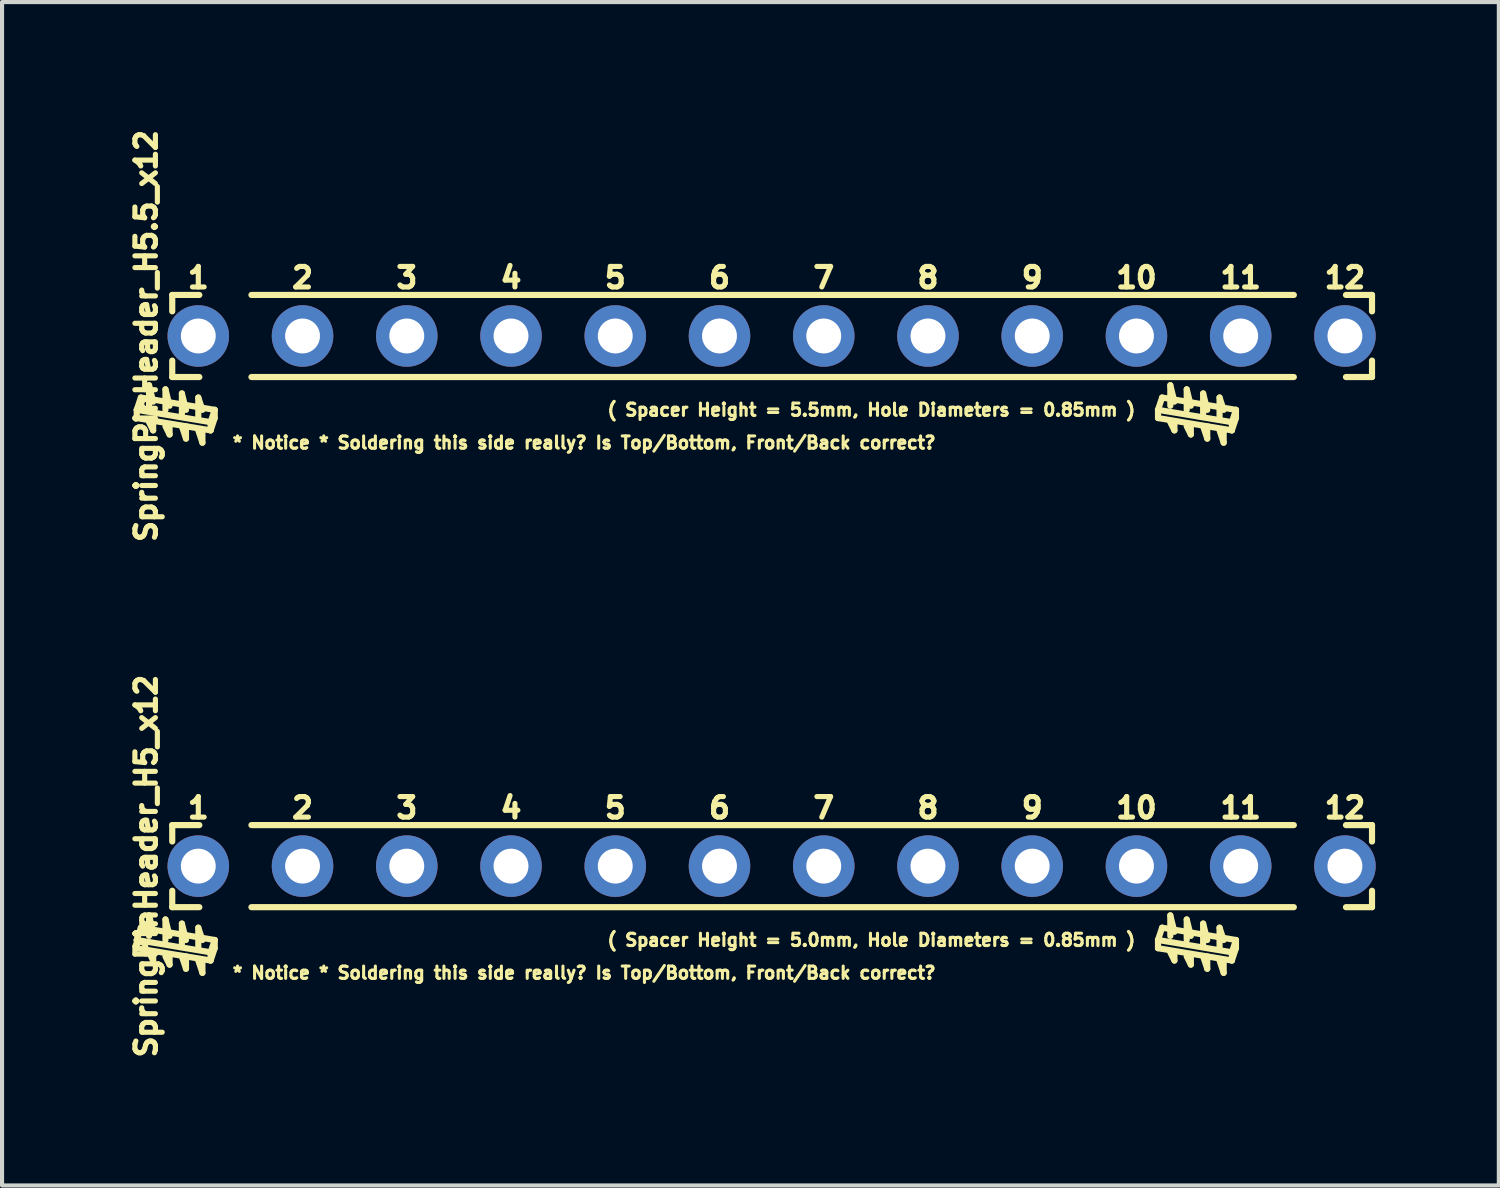
<source format=kicad_pcb>
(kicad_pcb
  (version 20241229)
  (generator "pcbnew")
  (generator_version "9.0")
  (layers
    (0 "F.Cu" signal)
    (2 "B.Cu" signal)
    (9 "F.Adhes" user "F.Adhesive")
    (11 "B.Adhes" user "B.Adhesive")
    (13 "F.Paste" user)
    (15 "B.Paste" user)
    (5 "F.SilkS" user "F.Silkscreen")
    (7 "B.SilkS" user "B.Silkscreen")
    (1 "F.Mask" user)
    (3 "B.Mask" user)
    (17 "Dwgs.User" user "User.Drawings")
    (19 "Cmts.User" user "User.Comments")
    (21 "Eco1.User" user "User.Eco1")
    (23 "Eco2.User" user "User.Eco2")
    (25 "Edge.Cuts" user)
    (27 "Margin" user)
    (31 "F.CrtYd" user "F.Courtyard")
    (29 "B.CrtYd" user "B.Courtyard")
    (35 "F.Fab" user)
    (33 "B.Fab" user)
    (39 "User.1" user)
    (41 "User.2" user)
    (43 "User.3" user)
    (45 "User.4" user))
  (footprint "SpringPinHeader_H5.5_x12"
    (layer "F.Cu")
    (at 1.782 5.137)
    (property "Reference" "SpringPinHeader_H5.5_x12" (at -1.27 0 90) (layer "F.SilkS") (effects (font (size 0.5 0.5) (thickness 0.125))))
    (attr through_hole)
    (fp_line (start -1.5 1.8) (end -1.5 2) (stroke (width 0.15) (type solid)) (layer "F.SilkS"))
    (fp_line (start -1.5 1.8) (end 0.3 2.1) (stroke (width 0.15) (type solid)) (layer "F.SilkS"))
    (fp_line (start -1.5 2) (end 0.3 2.3) (stroke (width 0.15) (type solid)) (layer "F.SilkS"))
    (fp_line (start -1.4 1.5) (end -1.5 1.8) (stroke (width 0.15) (type solid)) (layer "F.SilkS"))
    (fp_line (start -1.2 1.2) (end -1.1 1.6) (stroke (width 0.15) (type solid)) (layer "F.SilkS"))
    (fp_line (start -1.2 1.7) (end -1.2 1.2) (stroke (width 0.15) (type solid)) (layer "F.SilkS"))
    (fp_line (start -1.2 2.1) (end -1.1 2.3) (stroke (width 0.15) (type solid)) (layer "F.SilkS"))
    (fp_line (start -1.1 2.3) (end -1.1 2.1) (stroke (width 0.15) (type solid)) (layer "F.SilkS"))
    (fp_line (start -0.8 1.3) (end -0.7 1.7) (stroke (width 0.15) (type solid)) (layer "F.SilkS"))
    (fp_line (start -0.8 1.8) (end -0.8 1.3) (stroke (width 0.15) (type solid)) (layer "F.SilkS"))
    (fp_line (start -0.8 2.2) (end -0.7 2.4) (stroke (width 0.15) (type solid)) (layer "F.SilkS"))
    (fp_line (start -0.7 2.4) (end -0.7 2.2) (stroke (width 0.15) (type solid)) (layer "F.SilkS"))
    (fp_line (start -0.635 -1) (end -0.635 -0.6) (stroke (width 0.15) (type solid)) (layer "F.SilkS"))
    (fp_line (start -0.635 -1) (end 0.025 -1) (stroke (width 0.15) (type solid)) (layer "F.SilkS"))
    (fp_line (start -0.635 1) (end -0.635 0.6) (stroke (width 0.15) (type solid)) (layer "F.SilkS"))
    (fp_line (start -0.635 1) (end 0.025 1) (stroke (width 0.15) (type solid)) (layer "F.SilkS"))
    (fp_line (start -0.4 1.4) (end -0.3 1.8) (stroke (width 0.15) (type solid)) (layer "F.SilkS"))
    (fp_line (start -0.4 1.9) (end -0.4 1.4) (stroke (width 0.15) (type solid)) (layer "F.SilkS"))
    (fp_line (start -0.4 2.2) (end -0.3 2.5) (stroke (width 0.15) (type solid)) (layer "F.SilkS"))
    (fp_line (start -0.3 2.5) (end -0.3 2.2) (stroke (width 0.15) (type solid)) (layer "F.SilkS"))
    (fp_line (start 0 1.5) (end 0.1 1.8) (stroke (width 0.15) (type solid)) (layer "F.SilkS"))
    (fp_line (start 0 2) (end 0 1.5) (stroke (width 0.15) (type solid)) (layer "F.SilkS"))
    (fp_line (start 0 2.3) (end 0.1 2.6) (stroke (width 0.15) (type solid)) (layer "F.SilkS"))
    (fp_line (start 0.1 2.6) (end 0.1 2.3) (stroke (width 0.15) (type solid)) (layer "F.SilkS"))
    (fp_line (start 0.3 2.1) (end 0.4 1.8) (stroke (width 0.15) (type solid)) (layer "F.SilkS"))
    (fp_line (start 0.3 2.3) (end 0.3 2.1) (stroke (width 0.15) (type solid)) (layer "F.SilkS"))
    (fp_line (start 0.4 1.8) (end -1.4 1.5) (stroke (width 0.15) (type solid)) (layer "F.SilkS"))
    (fp_line (start 0.4 1.8) (end 0.4 2) (stroke (width 0.15) (type solid)) (layer "F.SilkS"))
    (fp_line (start 0.4 2) (end 0.3 2.3) (stroke (width 0.15) (type solid)) (layer "F.SilkS"))
    (fp_line (start 1.295 -1) (end 26.695 -1) (stroke (width 0.15) (type solid)) (layer "F.SilkS"))
    (fp_line (start 23.385 1.8) (end 23.385 2) (stroke (width 0.15) (type solid)) (layer "F.SilkS"))
    (fp_line (start 23.385 1.8) (end 25.185 2.1) (stroke (width 0.15) (type solid)) (layer "F.SilkS"))
    (fp_line (start 23.385 2) (end 25.185 2.3) (stroke (width 0.15) (type solid)) (layer "F.SilkS"))
    (fp_line (start 23.485 1.5) (end 23.385 1.8) (stroke (width 0.15) (type solid)) (layer "F.SilkS"))
    (fp_line (start 23.685 1.2) (end 23.785 1.6) (stroke (width 0.15) (type solid)) (layer "F.SilkS"))
    (fp_line (start 23.685 1.7) (end 23.685 1.2) (stroke (width 0.15) (type solid)) (layer "F.SilkS"))
    (fp_line (start 23.685 2.1) (end 23.785 2.3) (stroke (width 0.15) (type solid)) (layer "F.SilkS"))
    (fp_line (start 23.785 2.3) (end 23.785 2.1) (stroke (width 0.15) (type solid)) (layer "F.SilkS"))
    (fp_line (start 24.085 1.3) (end 24.185 1.7) (stroke (width 0.15) (type solid)) (layer "F.SilkS"))
    (fp_line (start 24.085 1.8) (end 24.085 1.3) (stroke (width 0.15) (type solid)) (layer "F.SilkS"))
    (fp_line (start 24.085 2.2) (end 24.185 2.4) (stroke (width 0.15) (type solid)) (layer "F.SilkS"))
    (fp_line (start 24.185 2.4) (end 24.185 2.2) (stroke (width 0.15) (type solid)) (layer "F.SilkS"))
    (fp_line (start 24.485 1.4) (end 24.585 1.8) (stroke (width 0.15) (type solid)) (layer "F.SilkS"))
    (fp_line (start 24.485 1.9) (end 24.485 1.4) (stroke (width 0.15) (type solid)) (layer "F.SilkS"))
    (fp_line (start 24.485 2.2) (end 24.585 2.5) (stroke (width 0.15) (type solid)) (layer "F.SilkS"))
    (fp_line (start 24.585 2.5) (end 24.585 2.2) (stroke (width 0.15) (type solid)) (layer "F.SilkS"))
    (fp_line (start 24.885 1.5) (end 24.985 1.8) (stroke (width 0.15) (type solid)) (layer "F.SilkS"))
    (fp_line (start 24.885 2) (end 24.885 1.5) (stroke (width 0.15) (type solid)) (layer "F.SilkS"))
    (fp_line (start 24.885 2.3) (end 24.985 2.6) (stroke (width 0.15) (type solid)) (layer "F.SilkS"))
    (fp_line (start 24.985 2.6) (end 24.985 2.3) (stroke (width 0.15) (type solid)) (layer "F.SilkS"))
    (fp_line (start 25.185 2.1) (end 25.285 1.8) (stroke (width 0.15) (type solid)) (layer "F.SilkS"))
    (fp_line (start 25.185 2.3) (end 25.185 2.1) (stroke (width 0.15) (type solid)) (layer "F.SilkS"))
    (fp_line (start 25.285 1.8) (end 23.485 1.5) (stroke (width 0.15) (type solid)) (layer "F.SilkS"))
    (fp_line (start 25.285 1.8) (end 25.285 2) (stroke (width 0.15) (type solid)) (layer "F.SilkS"))
    (fp_line (start 25.285 2) (end 25.185 2.3) (stroke (width 0.15) (type solid)) (layer "F.SilkS"))
    (fp_line (start 26.695 1) (end 1.295 1) (stroke (width 0.15) (type solid)) (layer "F.SilkS"))
    (fp_line (start 28.6 -1) (end 27.965 -1) (stroke (width 0.15) (type solid)) (layer "F.SilkS"))
    (fp_line (start 28.6 -1) (end 28.6 -0.6) (stroke (width 0.15) (type solid)) (layer "F.SilkS"))
    (fp_line (start 28.6 0.6) (end 28.6 1) (stroke (width 0.15) (type solid)) (layer "F.SilkS"))
    (fp_line (start 28.6 1) (end 27.965 1) (stroke (width 0.15) (type solid)) (layer "F.SilkS"))
    (fp_text user "9" (at 20.32 -1.42 0) (layer "F.SilkS") (effects (font (size 0.5 0.5) (thickness 0.125))))
    (fp_text user "5" (at 10.16 -1.42 0) (layer "F.SilkS") (effects (font (size 0.5 0.5) (thickness 0.125))))
    (fp_text user "6" (at 12.7 -1.42 0) (layer "F.SilkS") (effects (font (size 0.5 0.5) (thickness 0.125))))
    (fp_text user "3" (at 5.08 -1.42 0) (layer "F.SilkS") (effects (font (size 0.5 0.5) (thickness 0.125))))
    (fp_text user "1" (at 0 -1.42 0) (layer "F.SilkS") (effects (font (size 0.5 0.5) (thickness 0.125))))
    (fp_text user "8" (at 17.78 -1.42 0) (layer "F.SilkS") (effects (font (size 0.5 0.5) (thickness 0.125))))
    (fp_text user "* Notice * Soldering this side really? Is Top/Bottom, Front/Back correct?" (at 9.4 2.6 0) (layer "F.SilkS") (effects (font (size 0.3 0.3) (thickness 0.075))))
    (fp_text user "11" (at 25.4 -1.42 0) (layer "F.SilkS") (effects (font (size 0.5 0.5) (thickness 0.125))))
    (fp_text user "12" (at 27.94 -1.42 0) (layer "F.SilkS") (effects (font (size 0.5 0.5) (thickness 0.125))))
    (fp_text user "7" (at 15.24 -1.42 0) (layer "F.SilkS") (effects (font (size 0.5 0.5) (thickness 0.125))))
    (fp_text user "4" (at 7.62 -1.42 0) (layer "F.SilkS") (effects (font (size 0.5 0.5) (thickness 0.125))))
    (fp_text user "( Spacer Height = 5.5mm, Hole Diameters = 0.85mm )" (at 16.4 1.8 0) (layer "F.SilkS") (effects (font (size 0.3 0.3) (thickness 0.075))))
    (fp_text user "2" (at 2.54 -1.42 0) (layer "F.SilkS") (effects (font (size 0.5 0.5) (thickness 0.125))))
    (fp_text user "10" (at 22.86 -1.42 0) (layer "F.SilkS") (effects (font (size 0.5 0.5) (thickness 0.125))))
    (pad "1" thru_hole circle (at 0 0 90) (size 1.5 1.5) (drill 0.85) (layers "*.Cu" "*.Mask"))
    (pad "2" thru_hole circle (at 2.54 0) (size 1.5 1.5) (drill 0.85) (layers "*.Cu" "*.Mask"))
    (pad "3" thru_hole circle (at 5.08 0) (size 1.5 1.5) (drill 0.85) (layers "*.Cu" "*.Mask"))
    (pad "4" thru_hole circle (at 7.62 0) (size 1.5 1.5) (drill 0.85) (layers "*.Cu" "*.Mask"))
    (pad "5" thru_hole circle (at 10.16 0) (size 1.5 1.5) (drill 0.85) (layers "*.Cu" "*.Mask"))
    (pad "6" thru_hole circle (at 12.7 0) (size 1.5 1.5) (drill 0.85) (layers "*.Cu" "*.Mask"))
    (pad "7" thru_hole circle (at 15.24 0) (size 1.5 1.5) (drill 0.85) (layers "*.Cu" "*.Mask"))
    (pad "8" thru_hole circle (at 17.78 0) (size 1.5 1.5) (drill 0.85) (layers "*.Cu" "*.Mask"))
    (pad "9" thru_hole circle (at 20.32 0) (size 1.5 1.5) (drill 0.85) (layers "*.Cu" "*.Mask"))
    (pad "10" thru_hole circle (at 22.86 0) (size 1.5 1.5) (drill 0.85) (layers "*.Cu" "*.Mask"))
    (pad "11" thru_hole circle (at 25.4 0) (size 1.5 1.5) (drill 0.85) (layers "*.Cu" "*.Mask"))
    (pad "12" thru_hole circle (at 27.94 0) (size 1.5 1.5) (drill 0.85) (layers "*.Cu" "*.Mask")))
  (footprint "SpringPinHeader_H5_x12"
    (layer "F.Cu")
    (at 1.782 18.055)
    (property "Reference" "SpringPinHeader_H5_x12" (at -1.27 0 90) (layer "F.SilkS") (effects (font (size 0.5 0.5) (thickness 0.125))))
    (attr through_hole)
    (fp_line (start -1.5 1.8) (end -1.5 2) (stroke (width 0.15) (type solid)) (layer "F.SilkS"))
    (fp_line (start -1.5 1.8) (end 0.3 2.1) (stroke (width 0.15) (type solid)) (layer "F.SilkS"))
    (fp_line (start -1.5 2) (end 0.3 2.3) (stroke (width 0.15) (type solid)) (layer "F.SilkS"))
    (fp_line (start -1.4 1.5) (end -1.5 1.8) (stroke (width 0.15) (type solid)) (layer "F.SilkS"))
    (fp_line (start -1.2 1.2) (end -1.1 1.6) (stroke (width 0.15) (type solid)) (layer "F.SilkS"))
    (fp_line (start -1.2 1.7) (end -1.2 1.2) (stroke (width 0.15) (type solid)) (layer "F.SilkS"))
    (fp_line (start -1.2 2.1) (end -1.1 2.3) (stroke (width 0.15) (type solid)) (layer "F.SilkS"))
    (fp_line (start -1.1 2.3) (end -1.1 2.1) (stroke (width 0.15) (type solid)) (layer "F.SilkS"))
    (fp_line (start -0.8 1.3) (end -0.7 1.7) (stroke (width 0.15) (type solid)) (layer "F.SilkS"))
    (fp_line (start -0.8 1.8) (end -0.8 1.3) (stroke (width 0.15) (type solid)) (layer "F.SilkS"))
    (fp_line (start -0.8 2.2) (end -0.7 2.4) (stroke (width 0.15) (type solid)) (layer "F.SilkS"))
    (fp_line (start -0.7 2.4) (end -0.7 2.2) (stroke (width 0.15) (type solid)) (layer "F.SilkS"))
    (fp_line (start -0.635 -1) (end -0.635 -0.6) (stroke (width 0.15) (type solid)) (layer "F.SilkS"))
    (fp_line (start -0.635 -1) (end 0.025 -1) (stroke (width 0.15) (type solid)) (layer "F.SilkS"))
    (fp_line (start -0.635 1) (end -0.635 0.6) (stroke (width 0.15) (type solid)) (layer "F.SilkS"))
    (fp_line (start -0.635 1) (end 0.025 1) (stroke (width 0.15) (type solid)) (layer "F.SilkS"))
    (fp_line (start -0.4 1.4) (end -0.3 1.8) (stroke (width 0.15) (type solid)) (layer "F.SilkS"))
    (fp_line (start -0.4 1.9) (end -0.4 1.4) (stroke (width 0.15) (type solid)) (layer "F.SilkS"))
    (fp_line (start -0.4 2.2) (end -0.3 2.5) (stroke (width 0.15) (type solid)) (layer "F.SilkS"))
    (fp_line (start -0.3 2.5) (end -0.3 2.2) (stroke (width 0.15) (type solid)) (layer "F.SilkS"))
    (fp_line (start 0 1.5) (end 0.1 1.8) (stroke (width 0.15) (type solid)) (layer "F.SilkS"))
    (fp_line (start 0 2) (end 0 1.5) (stroke (width 0.15) (type solid)) (layer "F.SilkS"))
    (fp_line (start 0 2.3) (end 0.1 2.6) (stroke (width 0.15) (type solid)) (layer "F.SilkS"))
    (fp_line (start 0.1 2.6) (end 0.1 2.3) (stroke (width 0.15) (type solid)) (layer "F.SilkS"))
    (fp_line (start 0.3 2.1) (end 0.4 1.8) (stroke (width 0.15) (type solid)) (layer "F.SilkS"))
    (fp_line (start 0.3 2.3) (end 0.3 2.1) (stroke (width 0.15) (type solid)) (layer "F.SilkS"))
    (fp_line (start 0.4 1.8) (end -1.4 1.5) (stroke (width 0.15) (type solid)) (layer "F.SilkS"))
    (fp_line (start 0.4 1.8) (end 0.4 2) (stroke (width 0.15) (type solid)) (layer "F.SilkS"))
    (fp_line (start 0.4 2) (end 0.3 2.3) (stroke (width 0.15) (type solid)) (layer "F.SilkS"))
    (fp_line (start 1.295 -1) (end 26.695 -1) (stroke (width 0.15) (type solid)) (layer "F.SilkS"))
    (fp_line (start 23.385 1.8) (end 23.385 2) (stroke (width 0.15) (type solid)) (layer "F.SilkS"))
    (fp_line (start 23.385 1.8) (end 25.185 2.1) (stroke (width 0.15) (type solid)) (layer "F.SilkS"))
    (fp_line (start 23.385 2) (end 25.185 2.3) (stroke (width 0.15) (type solid)) (layer "F.SilkS"))
    (fp_line (start 23.485 1.5) (end 23.385 1.8) (stroke (width 0.15) (type solid)) (layer "F.SilkS"))
    (fp_line (start 23.685 1.2) (end 23.785 1.6) (stroke (width 0.15) (type solid)) (layer "F.SilkS"))
    (fp_line (start 23.685 1.7) (end 23.685 1.2) (stroke (width 0.15) (type solid)) (layer "F.SilkS"))
    (fp_line (start 23.685 2.1) (end 23.785 2.3) (stroke (width 0.15) (type solid)) (layer "F.SilkS"))
    (fp_line (start 23.785 2.3) (end 23.785 2.1) (stroke (width 0.15) (type solid)) (layer "F.SilkS"))
    (fp_line (start 24.085 1.3) (end 24.185 1.7) (stroke (width 0.15) (type solid)) (layer "F.SilkS"))
    (fp_line (start 24.085 1.8) (end 24.085 1.3) (stroke (width 0.15) (type solid)) (layer "F.SilkS"))
    (fp_line (start 24.085 2.2) (end 24.185 2.4) (stroke (width 0.15) (type solid)) (layer "F.SilkS"))
    (fp_line (start 24.185 2.4) (end 24.185 2.2) (stroke (width 0.15) (type solid)) (layer "F.SilkS"))
    (fp_line (start 24.485 1.4) (end 24.585 1.8) (stroke (width 0.15) (type solid)) (layer "F.SilkS"))
    (fp_line (start 24.485 1.9) (end 24.485 1.4) (stroke (width 0.15) (type solid)) (layer "F.SilkS"))
    (fp_line (start 24.485 2.2) (end 24.585 2.5) (stroke (width 0.15) (type solid)) (layer "F.SilkS"))
    (fp_line (start 24.585 2.5) (end 24.585 2.2) (stroke (width 0.15) (type solid)) (layer "F.SilkS"))
    (fp_line (start 24.885 1.5) (end 24.985 1.8) (stroke (width 0.15) (type solid)) (layer "F.SilkS"))
    (fp_line (start 24.885 2) (end 24.885 1.5) (stroke (width 0.15) (type solid)) (layer "F.SilkS"))
    (fp_line (start 24.885 2.3) (end 24.985 2.6) (stroke (width 0.15) (type solid)) (layer "F.SilkS"))
    (fp_line (start 24.985 2.6) (end 24.985 2.3) (stroke (width 0.15) (type solid)) (layer "F.SilkS"))
    (fp_line (start 25.185 2.1) (end 25.285 1.8) (stroke (width 0.15) (type solid)) (layer "F.SilkS"))
    (fp_line (start 25.185 2.3) (end 25.185 2.1) (stroke (width 0.15) (type solid)) (layer "F.SilkS"))
    (fp_line (start 25.285 1.8) (end 23.485 1.5) (stroke (width 0.15) (type solid)) (layer "F.SilkS"))
    (fp_line (start 25.285 1.8) (end 25.285 2) (stroke (width 0.15) (type solid)) (layer "F.SilkS"))
    (fp_line (start 25.285 2) (end 25.185 2.3) (stroke (width 0.15) (type solid)) (layer "F.SilkS"))
    (fp_line (start 26.695 1) (end 1.295 1) (stroke (width 0.15) (type solid)) (layer "F.SilkS"))
    (fp_line (start 28.6 -1) (end 27.965 -1) (stroke (width 0.15) (type solid)) (layer "F.SilkS"))
    (fp_line (start 28.6 -1) (end 28.6 -0.6) (stroke (width 0.15) (type solid)) (layer "F.SilkS"))
    (fp_line (start 28.6 0.6) (end 28.6 1) (stroke (width 0.15) (type solid)) (layer "F.SilkS"))
    (fp_line (start 28.6 1) (end 27.965 1) (stroke (width 0.15) (type solid)) (layer "F.SilkS"))
    (fp_text user "( Spacer Height = 5.0mm, Hole Diameters = 0.85mm )" (at 16.4 1.8 0) (layer "F.SilkS") (effects (font (size 0.3 0.3) (thickness 0.075))))
    (fp_text user "12" (at 27.94 -1.42 0) (layer "F.SilkS") (effects (font (size 0.5 0.5) (thickness 0.125))))
    (fp_text user "9" (at 20.32 -1.42 0) (layer "F.SilkS") (effects (font (size 0.5 0.5) (thickness 0.125))))
    (fp_text user "3" (at 5.08 -1.42 0) (layer "F.SilkS") (effects (font (size 0.5 0.5) (thickness 0.125))))
    (fp_text user "4" (at 7.62 -1.42 0) (layer "F.SilkS") (effects (font (size 0.5 0.5) (thickness 0.125))))
    (fp_text user "8" (at 17.78 -1.42 0) (layer "F.SilkS") (effects (font (size 0.5 0.5) (thickness 0.125))))
    (fp_text user "11" (at 25.4 -1.42 0) (layer "F.SilkS") (effects (font (size 0.5 0.5) (thickness 0.125))))
    (fp_text user "2" (at 2.54 -1.42 0) (layer "F.SilkS") (effects (font (size 0.5 0.5) (thickness 0.125))))
    (fp_text user "5" (at 10.16 -1.42 0) (layer "F.SilkS") (effects (font (size 0.5 0.5) (thickness 0.125))))
    (fp_text user "6" (at 12.7 -1.42 0) (layer "F.SilkS") (effects (font (size 0.5 0.5) (thickness 0.125))))
    (fp_text user "7" (at 15.24 -1.42 0) (layer "F.SilkS") (effects (font (size 0.5 0.5) (thickness 0.125))))
    (fp_text user "10" (at 22.86 -1.42 0) (layer "F.SilkS") (effects (font (size 0.5 0.5) (thickness 0.125))))
    (fp_text user "* Notice * Soldering this side really? Is Top/Bottom, Front/Back correct?" (at 9.4 2.6 0) (layer "F.SilkS") (effects (font (size 0.3 0.3) (thickness 0.075))))
    (fp_text user "1" (at 0 -1.42 0) (layer "F.SilkS") (effects (font (size 0.5 0.5) (thickness 0.125))))
    (pad "1" thru_hole circle (at 0 0 90) (size 1.5 1.5) (drill 0.85) (layers "*.Cu" "*.Mask"))
    (pad "2" thru_hole circle (at 2.54 0) (size 1.5 1.5) (drill 0.85) (layers "*.Cu" "*.Mask"))
    (pad "3" thru_hole circle (at 5.08 0) (size 1.5 1.5) (drill 0.85) (layers "*.Cu" "*.Mask"))
    (pad "4" thru_hole circle (at 7.62 0) (size 1.5 1.5) (drill 0.85) (layers "*.Cu" "*.Mask"))
    (pad "5" thru_hole circle (at 10.16 0) (size 1.5 1.5) (drill 0.85) (layers "*.Cu" "*.Mask"))
    (pad "6" thru_hole circle (at 12.7 0) (size 1.5 1.5) (drill 0.85) (layers "*.Cu" "*.Mask"))
    (pad "7" thru_hole circle (at 15.24 0) (size 1.5 1.5) (drill 0.85) (layers "*.Cu" "*.Mask"))
    (pad "8" thru_hole circle (at 17.78 0) (size 1.5 1.5) (drill 0.85) (layers "*.Cu" "*.Mask"))
    (pad "9" thru_hole circle (at 20.32 0) (size 1.5 1.5) (drill 0.85) (layers "*.Cu" "*.Mask"))
    (pad "10" thru_hole circle (at 22.86 0) (size 1.5 1.5) (drill 0.85) (layers "*.Cu" "*.Mask"))
    (pad "11" thru_hole circle (at 25.4 0) (size 1.5 1.5) (drill 0.85) (layers "*.Cu" "*.Mask"))
    (pad "12" thru_hole circle (at 27.94 0) (size 1.5 1.5) (drill 0.85) (layers "*.Cu" "*.Mask")))
  (gr_rect
    (start -3 -3)
    (end 33.472 25.836)
    (stroke (width 0.1) (type default))
    (fill no)
    (layer "Edge.Cuts")))
</source>
